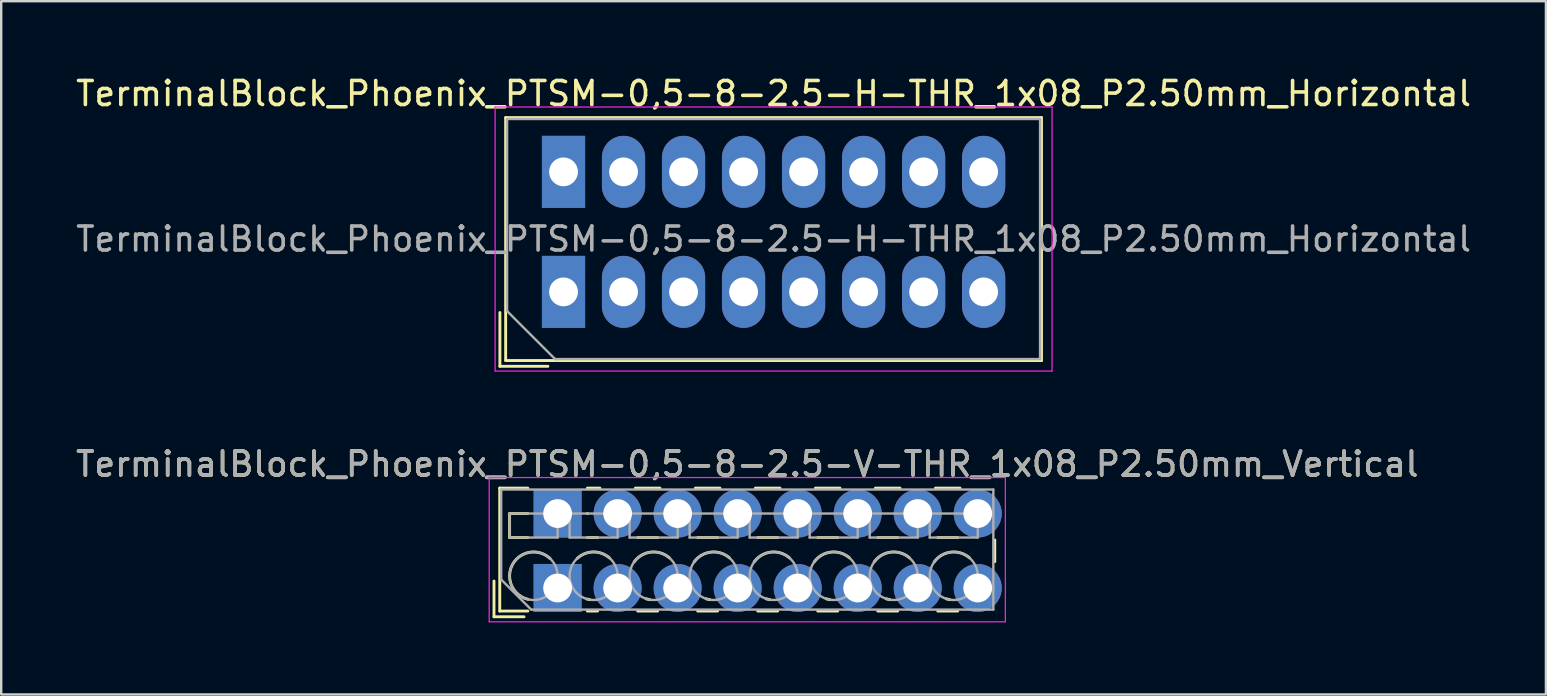
<source format=kicad_pcb>
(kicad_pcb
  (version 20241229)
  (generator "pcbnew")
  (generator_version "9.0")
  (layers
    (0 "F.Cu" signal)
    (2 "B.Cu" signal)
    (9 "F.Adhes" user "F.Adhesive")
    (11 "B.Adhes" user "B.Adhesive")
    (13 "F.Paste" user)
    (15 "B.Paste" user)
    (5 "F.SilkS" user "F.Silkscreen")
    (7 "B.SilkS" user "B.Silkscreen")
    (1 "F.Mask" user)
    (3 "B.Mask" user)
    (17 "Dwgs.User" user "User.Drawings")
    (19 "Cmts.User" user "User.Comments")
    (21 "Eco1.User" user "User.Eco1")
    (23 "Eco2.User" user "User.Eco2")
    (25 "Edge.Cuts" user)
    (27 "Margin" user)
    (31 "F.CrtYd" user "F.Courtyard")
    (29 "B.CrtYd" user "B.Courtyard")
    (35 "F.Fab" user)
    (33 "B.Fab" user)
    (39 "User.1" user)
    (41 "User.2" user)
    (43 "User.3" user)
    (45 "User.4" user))
  (footprint "TerminalBlock_Phoenix_PTSM-0,5-8-2.5-V-THR_1x08_P2.50mm_Vertical"
    (layer "F.Cu")
    (at 20.177 21.442)
    (property "Reference" "TerminalBlock_Phoenix_PTSM-0,5-8-2.5-V-THR_1x08_P2.50mm_Vertical" (at 7.9 -5.16 0) (layer "F.SilkS") (effects (font (size 1 1) (thickness 0.15))))
    (attr through_hole)
    (fp_line (start -2.65 -0.29) (end -2.65 1.2) (stroke (width 0.12) (type solid)) (layer "F.SilkS"))
    (fp_line (start -2.65 1.2) (end -1.4 1.2) (stroke (width 0.12) (type solid)) (layer "F.SilkS"))
    (fp_line (start -2.41 -4.16) (end -2.41 0.961) (stroke (width 0.12) (type solid)) (layer "F.SilkS"))
    (fp_line (start -2.41 -4.16) (end -1.24 -4.16) (stroke (width 0.12) (type solid)) (layer "F.SilkS"))
    (fp_line (start -2.41 0.961) (end -1.24 0.961) (stroke (width 0.12) (type solid)) (layer "F.SilkS"))
    (fp_line (start -2 -3.1) (end -2 -2.1) (stroke (width 0.12) (type solid)) (layer "F.SilkS"))
    (fp_line (start -2 -3.1) (end -1.24 -3.1) (stroke (width 0.12) (type solid)) (layer "F.SilkS"))
    (fp_line (start -2 -2.1) (end -1.24 -2.1) (stroke (width 0.12) (type solid)) (layer "F.SilkS"))
    (fp_line (start 1.24 -4.16) (end 1.763 -4.16) (stroke (width 0.12) (type solid)) (layer "F.SilkS"))
    (fp_line (start 1.24 -3.1) (end 1.245 -3.1) (stroke (width 0.12) (type solid)) (layer "F.SilkS"))
    (fp_line (start 1.24 -2.1) (end 1.665 -2.1) (stroke (width 0.12) (type solid)) (layer "F.SilkS"))
    (fp_line (start 1.24 0.961) (end 1.665 0.961) (stroke (width 0.12) (type solid)) (layer "F.SilkS"))
    (fp_line (start 3.238 -4.16) (end 4.263 -4.16) (stroke (width 0.12) (type solid)) (layer "F.SilkS"))
    (fp_line (start 3.336 -2.1) (end 4.165 -2.1) (stroke (width 0.12) (type solid)) (layer "F.SilkS"))
    (fp_line (start 3.336 0.961) (end 4.165 0.961) (stroke (width 0.12) (type solid)) (layer "F.SilkS"))
    (fp_line (start 5.738 -4.16) (end 6.763 -4.16) (stroke (width 0.12) (type solid)) (layer "F.SilkS"))
    (fp_line (start 5.836 -2.1) (end 6.665 -2.1) (stroke (width 0.12) (type solid)) (layer "F.SilkS"))
    (fp_line (start 5.836 0.961) (end 6.665 0.961) (stroke (width 0.12) (type solid)) (layer "F.SilkS"))
    (fp_line (start 8.238 -4.16) (end 9.263 -4.16) (stroke (width 0.12) (type solid)) (layer "F.SilkS"))
    (fp_line (start 8.336 -2.1) (end 9.165 -2.1) (stroke (width 0.12) (type solid)) (layer "F.SilkS"))
    (fp_line (start 8.336 0.961) (end 9.165 0.961) (stroke (width 0.12) (type solid)) (layer "F.SilkS"))
    (fp_line (start 10.738 -4.16) (end 11.763 -4.16) (stroke (width 0.12) (type solid)) (layer "F.SilkS"))
    (fp_line (start 10.836 -2.1) (end 11.665 -2.1) (stroke (width 0.12) (type solid)) (layer "F.SilkS"))
    (fp_line (start 10.836 0.961) (end 11.665 0.961) (stroke (width 0.12) (type solid)) (layer "F.SilkS"))
    (fp_line (start 13.238 -4.16) (end 14.263 -4.16) (stroke (width 0.12) (type solid)) (layer "F.SilkS"))
    (fp_line (start 13.336 -2.1) (end 14.165 -2.1) (stroke (width 0.12) (type solid)) (layer "F.SilkS"))
    (fp_line (start 13.336 0.961) (end 14.165 0.961) (stroke (width 0.12) (type solid)) (layer "F.SilkS"))
    (fp_line (start 15.738 -4.16) (end 16.763 -4.16) (stroke (width 0.12) (type solid)) (layer "F.SilkS"))
    (fp_line (start 15.836 -2.1) (end 16.665 -2.1) (stroke (width 0.12) (type solid)) (layer "F.SilkS"))
    (fp_line (start 15.836 0.961) (end 16.665 0.961) (stroke (width 0.12) (type solid)) (layer "F.SilkS"))
    (fp_line (start 18.21 -2) (end 18.21 -1.1) (stroke (width 0.12) (type solid)) (layer "F.SilkS"))
    (fp_arc (start -1.224629 0.474931) (mid -1.883573 -0.969306) (end -0.318 -1.232) (stroke (width 0.12) (type solid)) (layer "F.SilkS"))
    (fp_arc (start 0.817811 -1.23232) (mid 1.483053 -1.500693) (end 2.157 -1.255) (stroke (width 0.12) (type solid)) (layer "F.SilkS"))
    (fp_arc (start 1.344288 0.488343) (mid 1.284242 0.476994) (end 1.225 0.462) (stroke (width 0.12) (type solid)) (layer "F.SilkS"))
    (fp_arc (start 3.190612 -1.088697) (mid 3.887218 -1.494461) (end 4.657 -1.255) (stroke (width 0.12) (type solid)) (layer "F.SilkS"))
    (fp_arc (start 3.84373 0.488618) (mid 3.766646 0.47331) (end 3.691 0.452) (stroke (width 0.12) (type solid)) (layer "F.SilkS"))
    (fp_arc (start 5.690612 -1.088697) (mid 6.387218 -1.494461) (end 7.157 -1.255) (stroke (width 0.12) (type solid)) (layer "F.SilkS"))
    (fp_arc (start 6.34373 0.488618) (mid 6.266646 0.47331) (end 6.191 0.452) (stroke (width 0.12) (type solid)) (layer "F.SilkS"))
    (fp_arc (start 8.190612 -1.088697) (mid 8.887218 -1.494461) (end 9.657 -1.255) (stroke (width 0.12) (type solid)) (layer "F.SilkS"))
    (fp_arc (start 8.84373 0.488618) (mid 8.766646 0.47331) (end 8.691 0.452) (stroke (width 0.12) (type solid)) (layer "F.SilkS"))
    (fp_arc (start 10.690612 -1.088697) (mid 11.387218 -1.494461) (end 12.157 -1.255) (stroke (width 0.12) (type solid)) (layer "F.SilkS"))
    (fp_arc (start 11.34373 0.488618) (mid 11.266646 0.47331) (end 11.191 0.452) (stroke (width 0.12) (type solid)) (layer "F.SilkS"))
    (fp_arc (start 13.190612 -1.088697) (mid 13.887218 -1.494461) (end 14.657 -1.255) (stroke (width 0.12) (type solid)) (layer "F.SilkS"))
    (fp_arc (start 13.84373 0.488618) (mid 13.766646 0.47331) (end 13.691 0.452) (stroke (width 0.12) (type solid)) (layer "F.SilkS"))
    (fp_arc (start 15.690612 -1.088697) (mid 16.387218 -1.494461) (end 17.157 -1.255) (stroke (width 0.12) (type solid)) (layer "F.SilkS"))
    (fp_arc (start 16.34373 0.488618) (mid 16.266646 0.47331) (end 16.191 0.452) (stroke (width 0.12) (type solid)) (layer "F.SilkS"))
    (fp_line (start -2.85 -4.6) (end -2.85 1.41) (stroke (width 0.05) (type solid)) (layer "F.CrtYd"))
    (fp_line (start -2.85 1.41) (end 18.65 1.41) (stroke (width 0.05) (type solid)) (layer "F.CrtYd"))
    (fp_line (start 18.65 -4.6) (end -2.85 -4.6) (stroke (width 0.05) (type solid)) (layer "F.CrtYd"))
    (fp_line (start 18.65 1.41) (end 18.65 -4.6) (stroke (width 0.05) (type solid)) (layer "F.CrtYd"))
    (fp_line (start -2.35 -4.1) (end 18.15 -4.1) (stroke (width 0.1) (type solid)) (layer "F.Fab"))
    (fp_line (start -2.35 -0.35) (end -2.35 -4.1) (stroke (width 0.1) (type solid)) (layer "F.Fab"))
    (fp_line (start -2 -3.1) (end -2 -2.1) (stroke (width 0.1) (type solid)) (layer "F.Fab"))
    (fp_line (start -2 -2.1) (end 0 -2.1) (stroke (width 0.1) (type solid)) (layer "F.Fab"))
    (fp_line (start -1.1 0.9) (end -2.35 -0.35) (stroke (width 0.1) (type solid)) (layer "F.Fab"))
    (fp_line (start 0 -3.1) (end -2 -3.1) (stroke (width 0.1) (type solid)) (layer "F.Fab"))
    (fp_line (start 0 -2.1) (end 0 -3.1) (stroke (width 0.1) (type solid)) (layer "F.Fab"))
    (fp_line (start 0.5 -3.1) (end 0.5 -2.1) (stroke (width 0.1) (type solid)) (layer "F.Fab"))
    (fp_line (start 0.5 -2.1) (end 2.5 -2.1) (stroke (width 0.1) (type solid)) (layer "F.Fab"))
    (fp_line (start 2.5 -3.1) (end 0.5 -3.1) (stroke (width 0.1) (type solid)) (layer "F.Fab"))
    (fp_line (start 2.5 -2.1) (end 2.5 -3.1) (stroke (width 0.1) (type solid)) (layer "F.Fab"))
    (fp_line (start 3 -3.1) (end 3 -2.1) (stroke (width 0.1) (type solid)) (layer "F.Fab"))
    (fp_line (start 3 -2.1) (end 5 -2.1) (stroke (width 0.1) (type solid)) (layer "F.Fab"))
    (fp_line (start 5 -3.1) (end 3 -3.1) (stroke (width 0.1) (type solid)) (layer "F.Fab"))
    (fp_line (start 5 -2.1) (end 5 -3.1) (stroke (width 0.1) (type solid)) (layer "F.Fab"))
    (fp_line (start 5.5 -3.1) (end 5.5 -2.1) (stroke (width 0.1) (type solid)) (layer "F.Fab"))
    (fp_line (start 5.5 -2.1) (end 7.5 -2.1) (stroke (width 0.1) (type solid)) (layer "F.Fab"))
    (fp_line (start 7.5 -3.1) (end 5.5 -3.1) (stroke (width 0.1) (type solid)) (layer "F.Fab"))
    (fp_line (start 7.5 -2.1) (end 7.5 -3.1) (stroke (width 0.1) (type solid)) (layer "F.Fab"))
    (fp_line (start 8 -3.1) (end 8 -2.1) (stroke (width 0.1) (type solid)) (layer "F.Fab"))
    (fp_line (start 8 -2.1) (end 10 -2.1) (stroke (width 0.1) (type solid)) (layer "F.Fab"))
    (fp_line (start 10 -3.1) (end 8 -3.1) (stroke (width 0.1) (type solid)) (layer "F.Fab"))
    (fp_line (start 10 -2.1) (end 10 -3.1) (stroke (width 0.1) (type solid)) (layer "F.Fab"))
    (fp_line (start 10.5 -3.1) (end 10.5 -2.1) (stroke (width 0.1) (type solid)) (layer "F.Fab"))
    (fp_line (start 10.5 -2.1) (end 12.5 -2.1) (stroke (width 0.1) (type solid)) (layer "F.Fab"))
    (fp_line (start 12.5 -3.1) (end 10.5 -3.1) (stroke (width 0.1) (type solid)) (layer "F.Fab"))
    (fp_line (start 12.5 -2.1) (end 12.5 -3.1) (stroke (width 0.1) (type solid)) (layer "F.Fab"))
    (fp_line (start 13 -3.1) (end 13 -2.1) (stroke (width 0.1) (type solid)) (layer "F.Fab"))
    (fp_line (start 13 -2.1) (end 15 -2.1) (stroke (width 0.1) (type solid)) (layer "F.Fab"))
    (fp_line (start 15 -3.1) (end 13 -3.1) (stroke (width 0.1) (type solid)) (layer "F.Fab"))
    (fp_line (start 15 -2.1) (end 15 -3.1) (stroke (width 0.1) (type solid)) (layer "F.Fab"))
    (fp_line (start 15.5 -3.1) (end 15.5 -2.1) (stroke (width 0.1) (type solid)) (layer "F.Fab"))
    (fp_line (start 15.5 -2.1) (end 17.5 -2.1) (stroke (width 0.1) (type solid)) (layer "F.Fab"))
    (fp_line (start 17.5 -3.1) (end 15.5 -3.1) (stroke (width 0.1) (type solid)) (layer "F.Fab"))
    (fp_line (start 17.5 -2.1) (end 17.5 -3.1) (stroke (width 0.1) (type solid)) (layer "F.Fab"))
    (fp_line (start 18.15 -4.1) (end 18.15 0.9) (stroke (width 0.1) (type solid)) (layer "F.Fab"))
    (fp_line (start 18.15 0.9) (end -1.1 0.9) (stroke (width 0.1) (type solid)) (layer "F.Fab"))
    (fp_circle (center -1 -0.5) (end 0 -0.5) (stroke (width 0.1) (type solid)) (fill no) (layer "F.Fab"))
    (fp_circle (center 1.5 -0.5) (end 2.5 -0.5) (stroke (width 0.1) (type solid)) (fill no) (layer "F.Fab"))
    (fp_circle (center 4 -0.5) (end 5 -0.5) (stroke (width 0.1) (type solid)) (fill no) (layer "F.Fab"))
    (fp_circle (center 6.5 -0.5) (end 7.5 -0.5) (stroke (width 0.1) (type solid)) (fill no) (layer "F.Fab"))
    (fp_circle (center 9 -0.5) (end 10 -0.5) (stroke (width 0.1) (type solid)) (fill no) (layer "F.Fab"))
    (fp_circle (center 11.5 -0.5) (end 12.5 -0.5) (stroke (width 0.1) (type solid)) (fill no) (layer "F.Fab"))
    (fp_circle (center 14 -0.5) (end 15 -0.5) (stroke (width 0.1) (type solid)) (fill no) (layer "F.Fab"))
    (fp_circle (center 16.5 -0.5) (end 17.5 -0.5) (stroke (width 0.1) (type solid)) (fill no) (layer "F.Fab"))
    (fp_text user "${REFERENCE}" (at 7.9 -5.16 0) (layer "F.Fab") (effects (font (size 1 1) (thickness 0.15))))
    (pad "1" thru_hole rect (at 0 -3.1) (size 2 2) (drill 1.2) (layers "*.Cu" "*.Mask"))
    (pad "1" thru_hole rect (at 0 0) (size 2 2) (drill 1.2) (layers "*.Cu" "*.Mask"))
    (pad "2" thru_hole circle (at 2.5 -3.1) (size 2 2) (drill 1.2) (layers "*.Cu" "*.Mask"))
    (pad "2" thru_hole circle (at 2.5 0) (size 2 2) (drill 1.2) (layers "*.Cu" "*.Mask"))
    (pad "3" thru_hole circle (at 5 -3.1) (size 2 2) (drill 1.2) (layers "*.Cu" "*.Mask"))
    (pad "3" thru_hole circle (at 5 0) (size 2 2) (drill 1.2) (layers "*.Cu" "*.Mask"))
    (pad "4" thru_hole circle (at 7.5 -3.1) (size 2 2) (drill 1.2) (layers "*.Cu" "*.Mask"))
    (pad "4" thru_hole circle (at 7.5 0) (size 2 2) (drill 1.2) (layers "*.Cu" "*.Mask"))
    (pad "5" thru_hole circle (at 10 -3.1) (size 2 2) (drill 1.2) (layers "*.Cu" "*.Mask"))
    (pad "5" thru_hole circle (at 10 0) (size 2 2) (drill 1.2) (layers "*.Cu" "*.Mask"))
    (pad "6" thru_hole circle (at 12.5 -3.1) (size 2 2) (drill 1.2) (layers "*.Cu" "*.Mask"))
    (pad "6" thru_hole circle (at 12.5 0) (size 2 2) (drill 1.2) (layers "*.Cu" "*.Mask"))
    (pad "7" thru_hole circle (at 15 -3.1) (size 2 2) (drill 1.2) (layers "*.Cu" "*.Mask"))
    (pad "7" thru_hole circle (at 15 0) (size 2 2) (drill 1.2) (layers "*.Cu" "*.Mask"))
    (pad "8" thru_hole circle (at 17.5 -3.1) (size 2 2) (drill 1.2) (layers "*.Cu" "*.Mask"))
    (pad "8" thru_hole circle (at 17.5 0) (size 2 2) (drill 1.2) (layers "*.Cu" "*.Mask")))
  (footprint "TerminalBlock_Phoenix_PTSM-0,5-8-2.5-H-THR_1x08_P2.50mm_Horizontal"
    (layer "F.Cu")
    (at 20.423 9.108)
    (property "Reference" "TerminalBlock_Phoenix_PTSM-0,5-8-2.5-H-THR_1x08_P2.50mm_Horizontal" (at 8.75 -8.26 0) (layer "F.SilkS") (effects (font (size 1 1) (thickness 0.15))))
    (attr through_hole)
    (fp_line (start -2.65 0.86) (end -2.65 3.1) (stroke (width 0.12) (type solid)) (layer "F.SilkS"))
    (fp_line (start -2.65 3.1) (end -0.65 3.1) (stroke (width 0.12) (type solid)) (layer "F.SilkS"))
    (fp_line (start -2.41 -7.26) (end -2.41 2.86) (stroke (width 0.12) (type solid)) (layer "F.SilkS"))
    (fp_line (start -2.41 -7.26) (end 19.91 -7.26) (stroke (width 0.12) (type solid)) (layer "F.SilkS"))
    (fp_line (start -2.41 2.86) (end 19.91 2.86) (stroke (width 0.12) (type solid)) (layer "F.SilkS"))
    (fp_line (start 19.91 -7.26) (end 19.91 2.86) (stroke (width 0.12) (type solid)) (layer "F.SilkS"))
    (fp_line (start -2.85 -7.7) (end -2.85 3.3) (stroke (width 0.05) (type solid)) (layer "F.CrtYd"))
    (fp_line (start -2.85 3.3) (end 20.35 3.3) (stroke (width 0.05) (type solid)) (layer "F.CrtYd"))
    (fp_line (start 20.35 -7.7) (end -2.85 -7.7) (stroke (width 0.05) (type solid)) (layer "F.CrtYd"))
    (fp_line (start 20.35 3.3) (end 20.35 -7.7) (stroke (width 0.05) (type solid)) (layer "F.CrtYd"))
    (fp_line (start -2.35 -7.2) (end 19.85 -7.2) (stroke (width 0.1) (type solid)) (layer "F.Fab"))
    (fp_line (start -2.35 0.8) (end -2.35 -7.2) (stroke (width 0.1) (type solid)) (layer "F.Fab"))
    (fp_line (start -0.35 2.8) (end -2.35 0.8) (stroke (width 0.1) (type solid)) (layer "F.Fab"))
    (fp_line (start 19.85 -7.2) (end 19.85 2.8) (stroke (width 0.1) (type solid)) (layer "F.Fab"))
    (fp_line (start 19.85 2.8) (end -0.35 2.8) (stroke (width 0.1) (type solid)) (layer "F.Fab"))
    (fp_text user "${REFERENCE}" (at 8.75 -2.2 0) (layer "F.Fab") (effects (font (size 1 1) (thickness 0.15))))
    (pad "1" thru_hole rect (at 0 -5) (size 1.8 3) (drill 1.2) (layers "*.Cu" "*.Mask"))
    (pad "1" thru_hole rect (at 0 0) (size 1.8 3) (drill 1.2) (layers "*.Cu" "*.Mask"))
    (pad "2" thru_hole oval (at 2.5 -5) (size 1.8 3) (drill 1.2) (layers "*.Cu" "*.Mask"))
    (pad "2" thru_hole oval (at 2.5 0) (size 1.8 3) (drill 1.2) (layers "*.Cu" "*.Mask"))
    (pad "3" thru_hole oval (at 5 -5) (size 1.8 3) (drill 1.2) (layers "*.Cu" "*.Mask"))
    (pad "3" thru_hole oval (at 5 0) (size 1.8 3) (drill 1.2) (layers "*.Cu" "*.Mask"))
    (pad "4" thru_hole oval (at 7.5 -5) (size 1.8 3) (drill 1.2) (layers "*.Cu" "*.Mask"))
    (pad "4" thru_hole oval (at 7.5 0) (size 1.8 3) (drill 1.2) (layers "*.Cu" "*.Mask"))
    (pad "5" thru_hole oval (at 10 -5) (size 1.8 3) (drill 1.2) (layers "*.Cu" "*.Mask"))
    (pad "5" thru_hole oval (at 10 0) (size 1.8 3) (drill 1.2) (layers "*.Cu" "*.Mask"))
    (pad "6" thru_hole oval (at 12.5 -5) (size 1.8 3) (drill 1.2) (layers "*.Cu" "*.Mask"))
    (pad "6" thru_hole oval (at 12.5 0) (size 1.8 3) (drill 1.2) (layers "*.Cu" "*.Mask"))
    (pad "7" thru_hole oval (at 15 -5) (size 1.8 3) (drill 1.2) (layers "*.Cu" "*.Mask"))
    (pad "7" thru_hole oval (at 15 0) (size 1.8 3) (drill 1.2) (layers "*.Cu" "*.Mask"))
    (pad "8" thru_hole oval (at 17.5 -5) (size 1.8 3) (drill 1.2) (layers "*.Cu" "*.Mask"))
    (pad "8" thru_hole oval (at 17.5 0) (size 1.8 3) (drill 1.2) (layers "*.Cu" "*.Mask")))
  (gr_rect
    (start -3 -3)
    (end 61.345 25.877)
    (stroke (width 0.1) (type default))
    (fill no)
    (layer "Edge.Cuts")))
</source>
